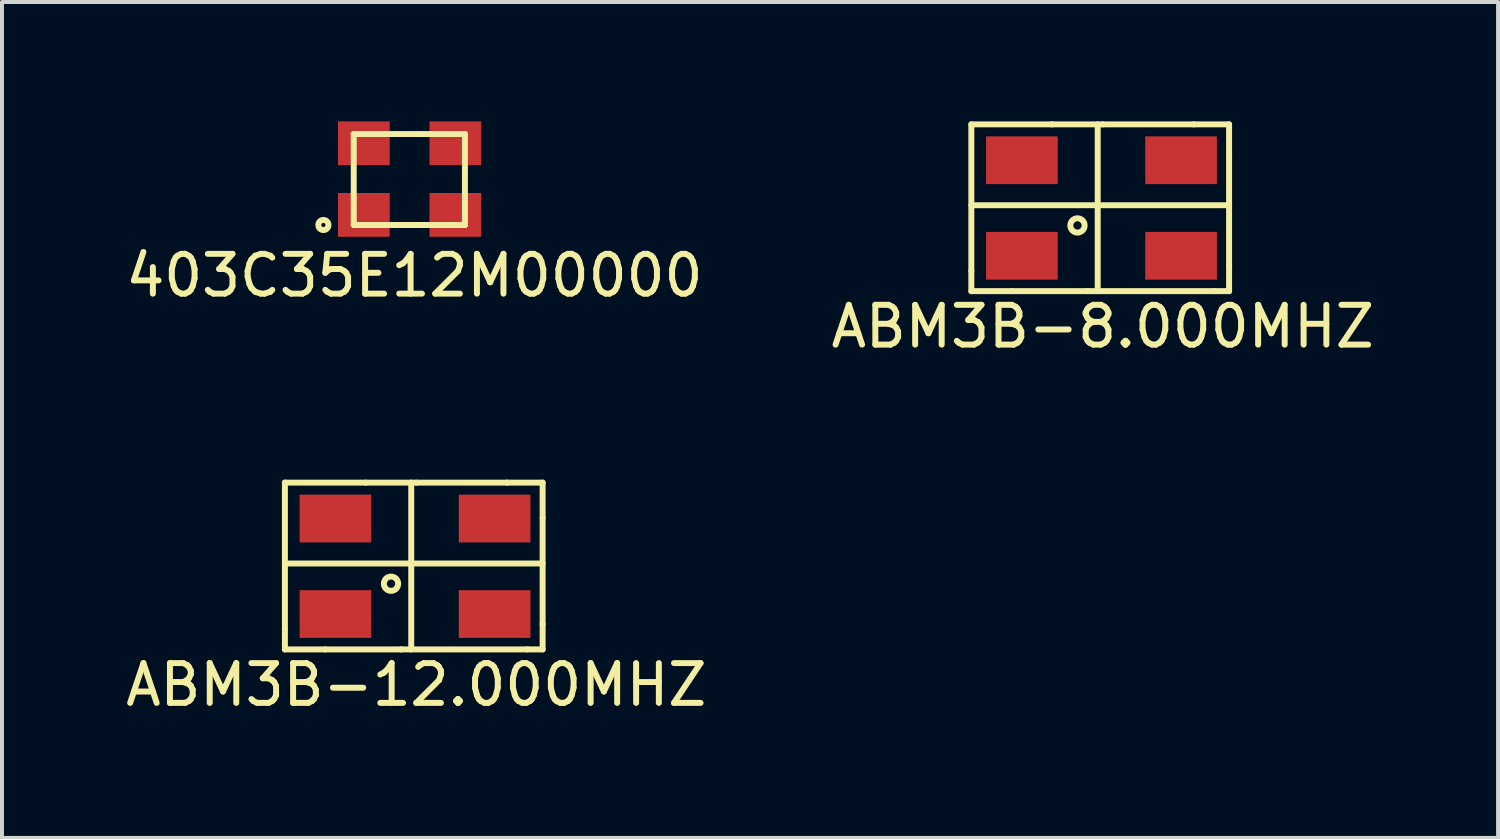
<source format=kicad_pcb>
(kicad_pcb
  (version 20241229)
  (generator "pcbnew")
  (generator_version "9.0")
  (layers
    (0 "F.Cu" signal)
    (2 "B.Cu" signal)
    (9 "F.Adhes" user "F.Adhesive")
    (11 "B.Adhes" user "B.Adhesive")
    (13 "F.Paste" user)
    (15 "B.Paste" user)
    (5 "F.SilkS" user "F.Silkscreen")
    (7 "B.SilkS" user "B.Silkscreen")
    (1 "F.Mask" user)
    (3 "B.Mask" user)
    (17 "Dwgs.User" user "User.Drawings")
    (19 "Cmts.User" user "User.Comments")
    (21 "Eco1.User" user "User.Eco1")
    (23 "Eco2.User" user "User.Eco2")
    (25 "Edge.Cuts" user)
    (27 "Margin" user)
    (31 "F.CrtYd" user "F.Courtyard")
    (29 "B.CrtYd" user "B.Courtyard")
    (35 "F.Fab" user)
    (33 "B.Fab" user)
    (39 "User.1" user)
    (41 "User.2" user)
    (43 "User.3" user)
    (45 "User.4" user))
  (footprint "403C35E12M00000"
    (layer "F.Cu")
    (at 7.236 1.461)
    (property "Reference" "403C35E12M00000" (at 0.127 2.413 0) (layer "F.SilkS") (effects (font (size 1 1) (thickness 0.15))))
    (attr through_hole)
    (fp_line (start -1.397 -1.143) (end 1.397 -1.143) (stroke (width 0.15) (type solid)) (layer "F.SilkS"))
    (fp_line (start -1.397 1.143) (end -1.397 -1.143) (stroke (width 0.15) (type solid)) (layer "F.SilkS"))
    (fp_line (start 1.397 -1.143) (end 1.397 1.143) (stroke (width 0.15) (type solid)) (layer "F.SilkS"))
    (fp_line (start 1.397 1.143) (end -1.397 1.143) (stroke (width 0.15) (type solid)) (layer "F.SilkS"))
    (fp_circle (center -2.159 1.143) (end -2.032 1.143) (stroke (width 0.15) (type solid)) (fill no) (layer "F.SilkS"))
    (pad "1" smd rect (at -1.143 0.889) (size 1.3 1.1) (layers "F.Cu" "F.Mask" "F.Paste"))
    (pad "2" smd rect (at 1.157 0.889) (size 1.3 1.1) (layers "F.Cu" "F.Mask" "F.Paste"))
    (pad "3" smd rect (at 1.157 -0.911) (size 1.3 1.1) (layers "F.Cu" "F.Mask" "F.Paste"))
    (pad "4" smd rect (at -1.143 -0.911) (size 1.3 1.1) (layers "F.Cu" "F.Mask" "F.Paste")))
  (footprint "ABM3B-12.000MHZ"
    (layer "F.Cu")
    (at 7.284 10.856)
    (property "Reference" "ABM3B-12.000MHZ" (at 0.127 3.302 0) (layer "F.SilkS") (effects (font (size 1 1) (thickness 0.15))))
    (attr through_hole)
    (fp_line (start -3.175 -1.778) (end -1.143 -1.778) (stroke (width 0.15) (type solid)) (layer "F.SilkS"))
    (fp_line (start -3.175 0.254) (end 3.302 0.254) (stroke (width 0.15) (type solid)) (layer "F.SilkS"))
    (fp_line (start -3.175 1.905) (end -3.175 -1.778) (stroke (width 0.15) (type solid)) (layer "F.SilkS"))
    (fp_line (start -3.175 2.413) (end -3.175 1.905) (stroke (width 0.15) (type solid)) (layer "F.SilkS"))
    (fp_line (start -2.159 2.413) (end -3.175 2.413) (stroke (width 0.15) (type solid)) (layer "F.SilkS"))
    (fp_line (start -1.143 -1.778) (end 0.127 -1.778) (stroke (width 0.15) (type solid)) (layer "F.SilkS"))
    (fp_line (start -0.254 2.413) (end -2.159 2.413) (stroke (width 0.15) (type solid)) (layer "F.SilkS"))
    (fp_line (start 0 -1.778) (end 0 2.413) (stroke (width 0.15) (type solid)) (layer "F.SilkS"))
    (fp_line (start 0.127 -1.778) (end 2.413 -1.778) (stroke (width 0.15) (type solid)) (layer "F.SilkS"))
    (fp_line (start 2.413 -1.778) (end 3.302 -1.778) (stroke (width 0.15) (type solid)) (layer "F.SilkS"))
    (fp_line (start 2.921 2.413) (end -0.254 2.413) (stroke (width 0.15) (type solid)) (layer "F.SilkS"))
    (fp_line (start 3.302 -1.778) (end 3.302 -0.889) (stroke (width 0.15) (type solid)) (layer "F.SilkS"))
    (fp_line (start 3.302 -0.889) (end 3.302 1.778) (stroke (width 0.15) (type solid)) (layer "F.SilkS"))
    (fp_line (start 3.302 1.778) (end 3.302 2.413) (stroke (width 0.15) (type solid)) (layer "F.SilkS"))
    (fp_line (start 3.302 2.413) (end 2.921 2.413) (stroke (width 0.15) (type solid)) (layer "F.SilkS"))
    (fp_circle (center -0.508 0.762) (end -0.381 0.889) (stroke (width 0.15) (type solid)) (fill no) (layer "F.SilkS"))
    (pad "1" smd rect (at -1.905 1.524) (size 1.8 1.2) (layers "F.Cu" "F.Mask" "F.Paste"))
    (pad "2" smd rect (at 2.095 1.524) (size 1.8 1.2) (layers "F.Cu" "F.Mask" "F.Paste"))
    (pad "3" smd rect (at 2.095 -0.876) (size 1.8 1.2) (layers "F.Cu" "F.Mask" "F.Paste"))
    (pad "4" smd rect (at -1.905 -0.876) (size 1.8 1.2) (layers "F.Cu" "F.Mask" "F.Paste")))
  (footprint "ABM3B-8.000MHZ"
    (layer "F.Cu")
    (at 24.534 1.853)
    (property "Reference" "ABM3B-8.000MHZ" (at 0.127 3.302 0) (layer "F.SilkS") (effects (font (size 1 1) (thickness 0.15))))
    (attr through_hole)
    (fp_line (start -3.175 -1.778) (end -1.143 -1.778) (stroke (width 0.15) (type solid)) (layer "F.SilkS"))
    (fp_line (start -3.175 0.254) (end 3.302 0.254) (stroke (width 0.15) (type solid)) (layer "F.SilkS"))
    (fp_line (start -3.175 1.905) (end -3.175 -1.778) (stroke (width 0.15) (type solid)) (layer "F.SilkS"))
    (fp_line (start -3.175 2.413) (end -3.175 1.905) (stroke (width 0.15) (type solid)) (layer "F.SilkS"))
    (fp_line (start -2.159 2.413) (end -3.175 2.413) (stroke (width 0.15) (type solid)) (layer "F.SilkS"))
    (fp_line (start -1.143 -1.778) (end 0.127 -1.778) (stroke (width 0.15) (type solid)) (layer "F.SilkS"))
    (fp_line (start -0.254 2.413) (end -2.159 2.413) (stroke (width 0.15) (type solid)) (layer "F.SilkS"))
    (fp_line (start 0 -1.778) (end 0 2.413) (stroke (width 0.15) (type solid)) (layer "F.SilkS"))
    (fp_line (start 0.127 -1.778) (end 2.413 -1.778) (stroke (width 0.15) (type solid)) (layer "F.SilkS"))
    (fp_line (start 2.413 -1.778) (end 3.302 -1.778) (stroke (width 0.15) (type solid)) (layer "F.SilkS"))
    (fp_line (start 2.921 2.413) (end -0.254 2.413) (stroke (width 0.15) (type solid)) (layer "F.SilkS"))
    (fp_line (start 3.302 -1.778) (end 3.302 -0.889) (stroke (width 0.15) (type solid)) (layer "F.SilkS"))
    (fp_line (start 3.302 -0.889) (end 3.302 1.778) (stroke (width 0.15) (type solid)) (layer "F.SilkS"))
    (fp_line (start 3.302 1.778) (end 3.302 2.413) (stroke (width 0.15) (type solid)) (layer "F.SilkS"))
    (fp_line (start 3.302 2.413) (end 2.921 2.413) (stroke (width 0.15) (type solid)) (layer "F.SilkS"))
    (fp_circle (center -0.508 0.762) (end -0.381 0.889) (stroke (width 0.15) (type solid)) (fill no) (layer "F.SilkS"))
    (pad "1" smd rect (at -1.905 1.524) (size 1.8 1.2) (layers "F.Cu" "F.Mask" "F.Paste"))
    (pad "2" smd rect (at 2.095 1.524) (size 1.8 1.2) (layers "F.Cu" "F.Mask" "F.Paste"))
    (pad "3" smd rect (at 2.095 -0.876) (size 1.8 1.2) (layers "F.Cu" "F.Mask" "F.Paste"))
    (pad "4" smd rect (at -1.905 -0.876) (size 1.8 1.2) (layers "F.Cu" "F.Mask" "F.Paste")))
  (gr_rect
    (start -3 -3)
    (end 34.595 18.006)
    (stroke (width 0.1) (type default))
    (fill no)
    (layer "Edge.Cuts")))
</source>
